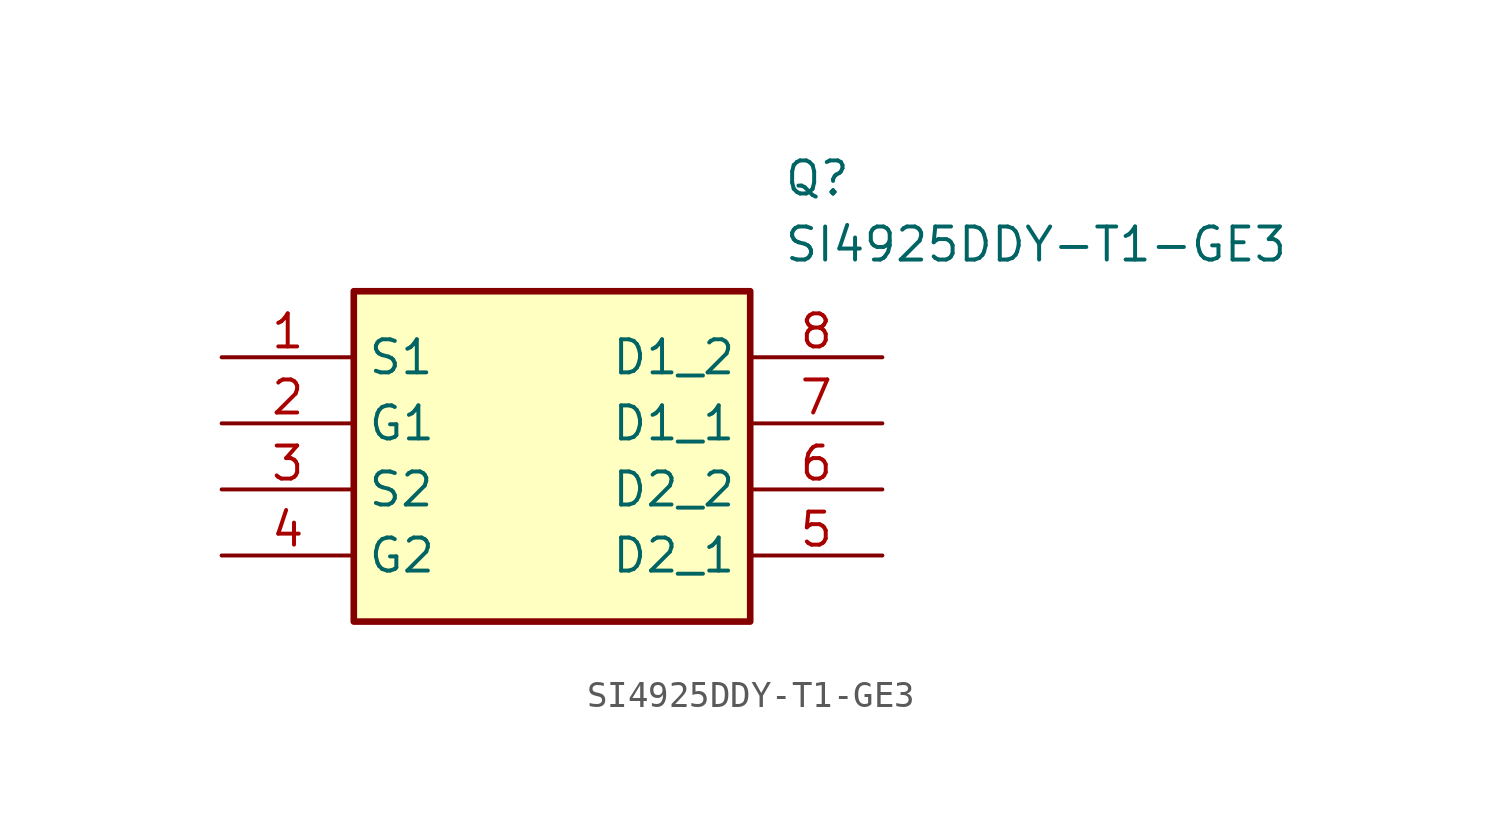
<source format=kicad_sym>
(kicad_symbol_lib
  (version 20211014)
  (generator SamacSys_ECAD_Model)
  (symbol "SI4925DDY-T1-GE3"
    (property "Reference" "Q"
      (at 21.59 7.62 0)
      (effects (font (size 1.27 1.27)) (justify left top)))
    (property "Value" "SI4925DDY-T1-GE3"
      (at 21.59 5.08 0)
      (effects (font (size 1.27 1.27)) (justify left top)))
    (rectangle
      (start 5.08 2.54)
      (end 20.32 -10.16)
      (stroke (width 0.254) (type default))
      (fill (type background)))
    (pin passive line
      (at 0 0 0)
      (length 5.08)
      (name "S1" (effects (font (size 1.27 1.27))))
      (number "1" (effects (font (size 1.27 1.27)))))
    (pin passive line
      (at 0 -2.54 0)
      (length 5.08)
      (name "G1" (effects (font (size 1.27 1.27))))
      (number "2" (effects (font (size 1.27 1.27)))))
    (pin passive line
      (at 0 -5.08 0)
      (length 5.08)
      (name "S2" (effects (font (size 1.27 1.27))))
      (number "3" (effects (font (size 1.27 1.27)))))
    (pin passive line
      (at 0 -7.62 0)
      (length 5.08)
      (name "G2" (effects (font (size 1.27 1.27))))
      (number "4" (effects (font (size 1.27 1.27)))))
    (pin passive line
      (at 25.4 0 180)
      (length 5.08)
      (name "D1_2" (effects (font (size 1.27 1.27))))
      (number "8" (effects (font (size 1.27 1.27)))))
    (pin passive line
      (at 25.4 -2.54 180)
      (length 5.08)
      (name "D1_1" (effects (font (size 1.27 1.27))))
      (number "7" (effects (font (size 1.27 1.27)))))
    (pin passive line
      (at 25.4 -5.08 180)
      (length 5.08)
      (name "D2_2" (effects (font (size 1.27 1.27))))
      (number "6" (effects (font (size 1.27 1.27)))))
    (pin passive line
      (at 25.4 -7.62 180)
      (length 5.08)
      (name "D2_1" (effects (font (size 1.27 1.27))))
      (number "5" (effects (font (size 1.27 1.27)))))))
</source>
